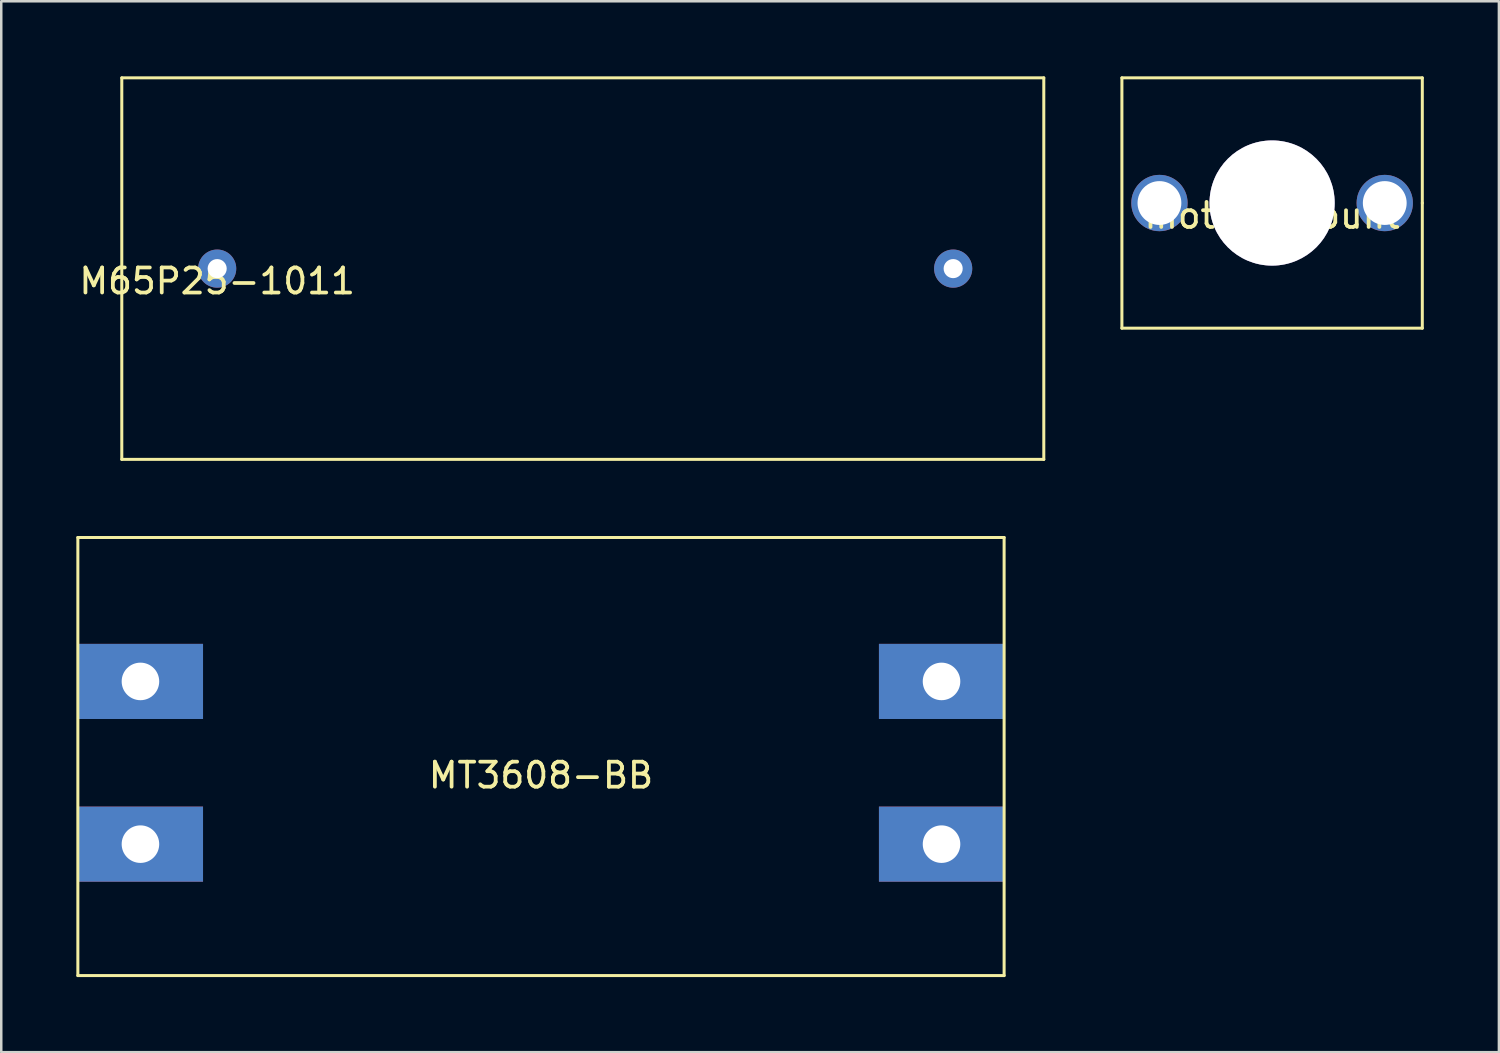
<source format=kicad_pcb>
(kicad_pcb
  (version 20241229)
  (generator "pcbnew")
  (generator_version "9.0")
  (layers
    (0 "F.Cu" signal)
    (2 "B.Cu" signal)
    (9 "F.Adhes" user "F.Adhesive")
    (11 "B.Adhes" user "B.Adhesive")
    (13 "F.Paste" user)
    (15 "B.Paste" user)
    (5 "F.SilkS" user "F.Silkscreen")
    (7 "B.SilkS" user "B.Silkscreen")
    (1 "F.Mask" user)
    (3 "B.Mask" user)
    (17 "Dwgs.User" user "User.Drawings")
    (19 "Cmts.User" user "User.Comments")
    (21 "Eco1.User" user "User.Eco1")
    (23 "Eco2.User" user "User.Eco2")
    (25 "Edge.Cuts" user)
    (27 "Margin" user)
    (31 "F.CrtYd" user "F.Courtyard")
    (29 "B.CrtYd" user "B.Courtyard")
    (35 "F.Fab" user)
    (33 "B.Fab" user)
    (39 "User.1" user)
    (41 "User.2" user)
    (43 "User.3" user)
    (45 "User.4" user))
  (footprint "MT3608-BB"
    (layer "F.Cu")
    (at 18.56 27.42)
    (property "Reference" "MT3608-BB" (at 0 0.5 0) (layer "F.SilkS") (effects (font (size 1 1) (thickness 0.15))))
    (attr through_hole)
    (fp_line (start -18.5 -9) (end 0 -9) (stroke (width 0.12) (type solid)) (layer "F.SilkS"))
    (fp_line (start -18.5 8.5) (end -18.5 -9) (stroke (width 0.12) (type solid)) (layer "F.SilkS"))
    (fp_line (start 0 -9) (end 18.5 -9) (stroke (width 0.12) (type solid)) (layer "F.SilkS"))
    (fp_line (start 18.5 -9) (end 18.5 8.5) (stroke (width 0.12) (type solid)) (layer "F.SilkS"))
    (fp_line (start 18.5 8.5) (end -18.5 8.5) (stroke (width 0.12) (type solid)) (layer "F.SilkS"))
    (pad "1" thru_hole rect (at -16 -3.25) (size 5 3) (drill 1.5) (layers "*.Cu" "*.Mask"))
    (pad "2" thru_hole rect (at -16 3.25) (size 5 3) (drill 1.5) (layers "*.Cu" "*.Mask"))
    (pad "3" thru_hole rect (at 16 -3.25) (size 5 3) (drill 1.5) (layers "*.Cu" "*.Mask"))
    (pad "4" thru_hole rect (at 16 3.25) (size 5 3) (drill 1.5) (layers "*.Cu" "*.Mask")))
  (footprint "motor-mount"
    (layer "F.Cu")
    (at 47.765 5.06)
    (property "Reference" "motor-mount" (at 0 0.5 0) (layer "F.SilkS") (effects (font (size 1 1) (thickness 0.15))))
    (attr through_hole)
    (fp_line (start -6 -5) (end -6 5) (stroke (width 0.12) (type solid)) (layer "F.SilkS"))
    (fp_line (start -6 5) (end 6 5) (stroke (width 0.12) (type solid)) (layer "F.SilkS"))
    (fp_line (start 6 -5) (end -6 -5) (stroke (width 0.12) (type solid)) (layer "F.SilkS"))
    (fp_line (start 6 0) (end 6 -5) (stroke (width 0.12) (type solid)) (layer "F.SilkS"))
    (fp_line (start 6 5) (end 6 0) (stroke (width 0.12) (type solid)) (layer "F.SilkS"))
    (pad "1" thru_hole circle (at -4.5 0) (size 2.25 2.25) (drill 1.75) (layers "*.Cu" "*.Mask"))
    (pad "2" thru_hole circle (at 4.5 0) (size 2.25 2.25) (drill 1.75) (layers "*.Cu" "*.Mask"))
    (pad "3" thru_hole circle (at 0 0) (size 5 5) (drill 5) (layers "*.Cu" "*.Mask")))
  (footprint "M65P25-1011"
    (layer "F.Cu")
    (at 5.625 7.68)
    (property "Reference" "M65P25-1011" (at 0 0.5 0) (layer "F.SilkS") (effects (font (size 1 1) (thickness 0.15))))
    (attr through_hole)
    (fp_line (start -3.81 -7.62) (end 33.02 -7.62) (stroke (width 0.12) (type solid)) (layer "F.SilkS"))
    (fp_line (start -3.81 7.62) (end -3.81 -7.62) (stroke (width 0.12) (type solid)) (layer "F.SilkS"))
    (fp_line (start 33.02 -7.62) (end 33.02 7.62) (stroke (width 0.12) (type solid)) (layer "F.SilkS"))
    (fp_line (start 33.02 7.62) (end -3.81 7.62) (stroke (width 0.12) (type solid)) (layer "F.SilkS"))
    (pad "1" thru_hole circle (at 0 0) (size 1.524 1.524) (drill 0.762) (layers "*.Cu" "*.Mask"))
    (pad "2" thru_hole circle (at 29.4 0) (size 1.524 1.524) (drill 0.762) (layers "*.Cu" "*.Mask")))
  (gr_rect
    (start -3 -3)
    (end 56.825 38.98)
    (stroke (width 0.1) (type default))
    (fill no)
    (layer "Edge.Cuts")))
</source>
